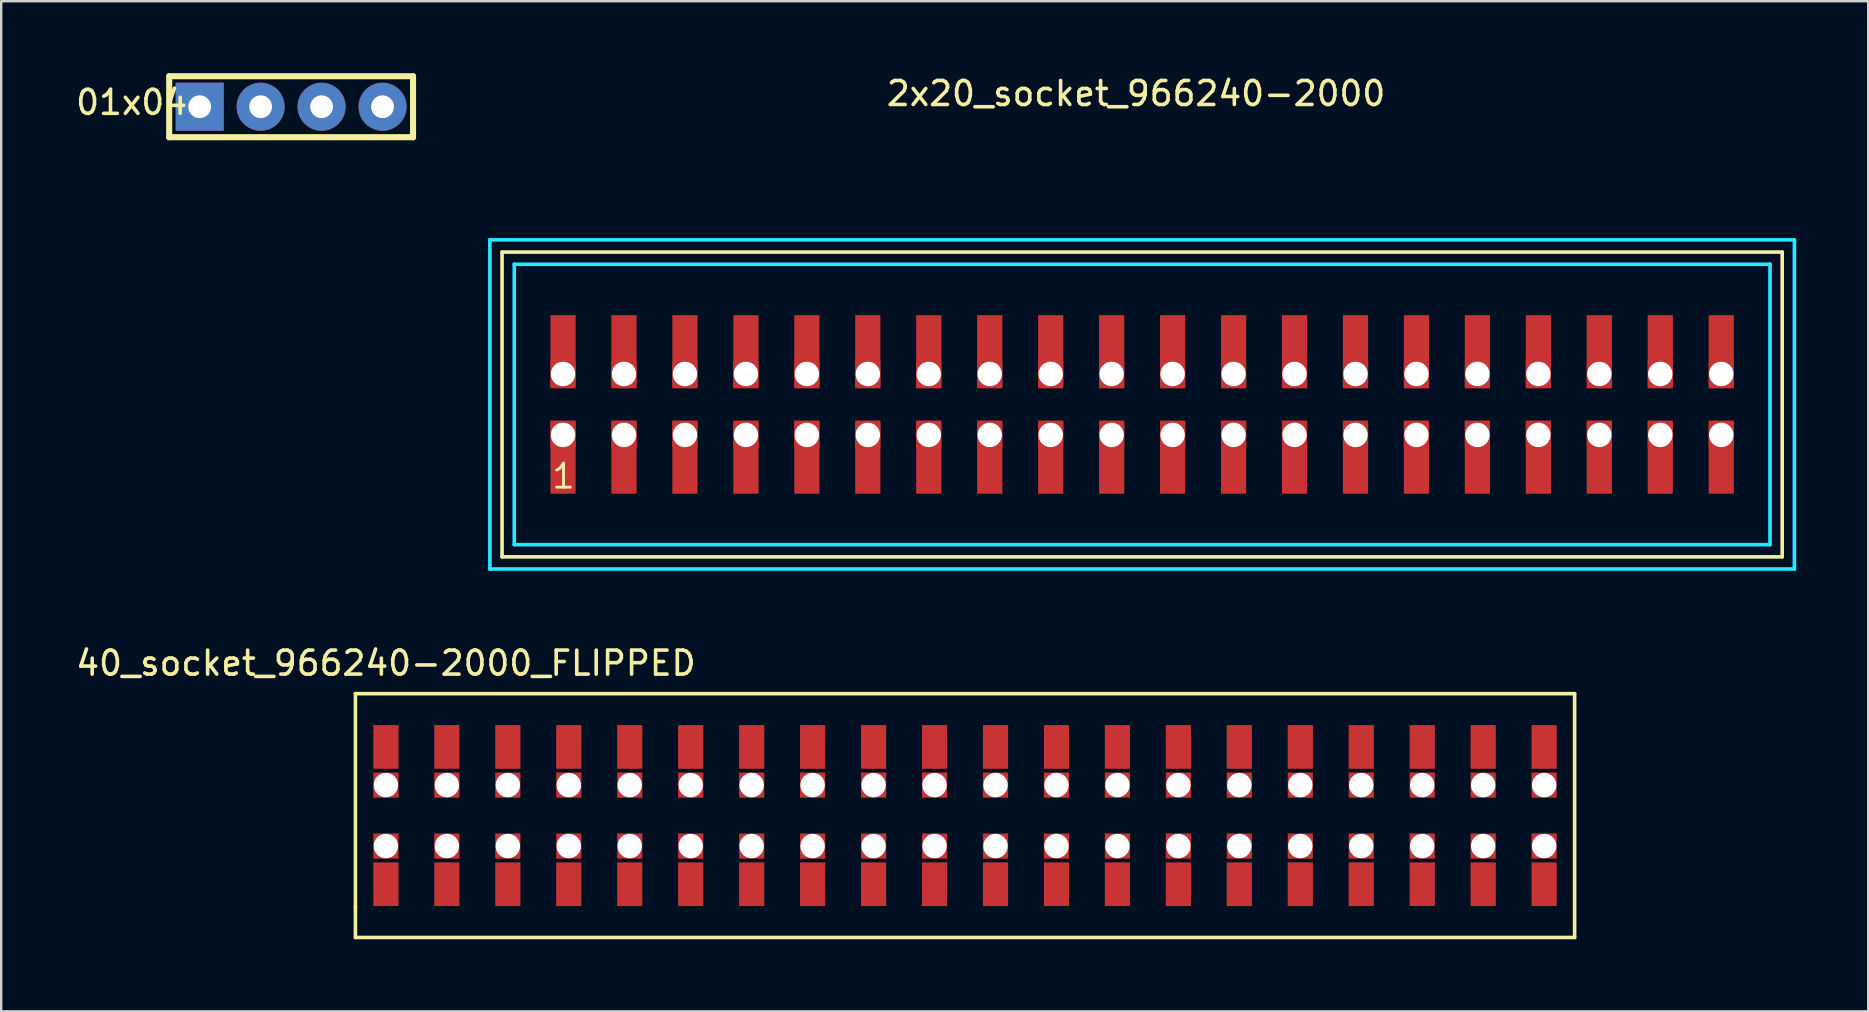
<source format=kicad_pcb>
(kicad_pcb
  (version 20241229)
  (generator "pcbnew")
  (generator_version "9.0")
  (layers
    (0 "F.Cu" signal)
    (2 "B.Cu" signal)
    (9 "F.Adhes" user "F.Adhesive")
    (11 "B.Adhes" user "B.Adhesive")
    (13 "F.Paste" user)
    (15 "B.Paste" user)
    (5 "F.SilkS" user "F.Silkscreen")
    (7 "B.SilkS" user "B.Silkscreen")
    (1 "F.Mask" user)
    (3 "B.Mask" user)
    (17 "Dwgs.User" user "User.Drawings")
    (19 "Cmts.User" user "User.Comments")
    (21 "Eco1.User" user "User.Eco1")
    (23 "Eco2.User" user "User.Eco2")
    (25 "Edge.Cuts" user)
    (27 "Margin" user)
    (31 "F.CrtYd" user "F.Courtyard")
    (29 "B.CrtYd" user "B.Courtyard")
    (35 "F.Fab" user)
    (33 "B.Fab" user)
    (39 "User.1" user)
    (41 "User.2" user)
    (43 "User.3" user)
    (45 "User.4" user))
  (footprint "40_socket_966240-2000_FLIPPED"
    (layer "F.Cu")
    (at 13.03 29.663)
    (property "Reference" "40_socket_966240-2000_FLIPPED" (at 0 -5.08 0) (layer "F.SilkS") (effects (font (size 1 1) (thickness 0.15))))
    (attr through_hole)
    (fp_line (start -1.27 -3.81) (end 49.53 -3.81) (stroke (width 0.15) (type solid)) (layer "F.SilkS"))
    (fp_line (start -1.27 5.08) (end -1.27 -3.81) (stroke (width 0.15) (type solid)) (layer "F.SilkS"))
    (fp_line (start -1.27 6.35) (end -1.27 5.08) (stroke (width 0.15) (type solid)) (layer "F.SilkS"))
    (fp_line (start 49.53 -3.81) (end 49.53 6.35) (stroke (width 0.15) (type solid)) (layer "F.SilkS"))
    (fp_line (start 49.53 6.35) (end -1.27 6.35) (stroke (width 0.15) (type solid)) (layer "F.SilkS"))
    (pad "" np_thru_hole rect (at 0 0) (size 1.05 1.05) (drill 1.02) (layers "*.Mask" "F.Cu"))
    (pad "" np_thru_hole rect (at 0 2.54) (size 1.05 1.05) (drill 1.02) (layers "*.Mask" "F.Cu"))
    (pad "" np_thru_hole rect (at 2.54 0) (size 1.05 1.05) (drill 1.02) (layers "*.Mask" "F.Cu"))
    (pad "" np_thru_hole rect (at 2.54 2.54) (size 1.05 1.05) (drill 1.02) (layers "*.Mask" "F.Cu"))
    (pad "" np_thru_hole rect (at 5.08 0) (size 1.05 1.05) (drill 1.02) (layers "*.Mask" "F.Cu"))
    (pad "" np_thru_hole rect (at 5.08 2.54) (size 1.05 1.05) (drill 1.02) (layers "*.Mask" "F.Cu"))
    (pad "" np_thru_hole rect (at 7.62 0) (size 1.05 1.05) (drill 1.02) (layers "*.Mask" "F.Cu"))
    (pad "" np_thru_hole rect (at 7.62 2.54) (size 1.05 1.05) (drill 1.02) (layers "*.Mask" "F.Cu"))
    (pad "" np_thru_hole rect (at 10.16 0) (size 1.05 1.05) (drill 1.02) (layers "*.Mask" "F.Cu"))
    (pad "" np_thru_hole rect (at 10.16 2.54) (size 1.05 1.05) (drill 1.02) (layers "*.Mask" "F.Cu"))
    (pad "" np_thru_hole rect (at 12.7 0) (size 1.05 1.05) (drill 1.02) (layers "*.Mask" "F.Cu"))
    (pad "" np_thru_hole rect (at 12.7 2.54) (size 1.05 1.05) (drill 1.02) (layers "*.Mask" "F.Cu"))
    (pad "" np_thru_hole rect (at 15.24 0) (size 1.05 1.05) (drill 1.02) (layers "*.Mask" "F.Cu"))
    (pad "" np_thru_hole rect (at 15.24 2.54) (size 1.05 1.05) (drill 1.02) (layers "*.Mask" "F.Cu"))
    (pad "" np_thru_hole rect (at 17.78 0) (size 1.05 1.05) (drill 1.02) (layers "*.Mask" "F.Cu"))
    (pad "" np_thru_hole rect (at 17.78 2.54) (size 1.05 1.05) (drill 1.02) (layers "*.Mask" "F.Cu"))
    (pad "" np_thru_hole rect (at 20.32 0) (size 1.05 1.05) (drill 1.02) (layers "*.Mask" "F.Cu"))
    (pad "" np_thru_hole rect (at 20.32 2.54) (size 1.05 1.05) (drill 1.02) (layers "*.Mask" "F.Cu"))
    (pad "" np_thru_hole rect (at 22.86 0) (size 1.05 1.05) (drill 1.02) (layers "*.Mask" "F.Cu"))
    (pad "" np_thru_hole rect (at 22.86 2.54) (size 1.05 1.05) (drill 1.02) (layers "*.Mask" "F.Cu"))
    (pad "" np_thru_hole rect (at 25.4 0) (size 1.05 1.05) (drill 1.02) (layers "*.Mask" "F.Cu"))
    (pad "" np_thru_hole rect (at 25.4 2.54) (size 1.05 1.05) (drill 1.02) (layers "*.Mask" "F.Cu"))
    (pad "" np_thru_hole rect (at 27.94 0) (size 1.05 1.05) (drill 1.02) (layers "*.Mask" "F.Cu"))
    (pad "" np_thru_hole rect (at 27.94 2.54) (size 1.05 1.05) (drill 1.02) (layers "*.Mask" "F.Cu"))
    (pad "" np_thru_hole rect (at 30.48 0) (size 1.05 1.05) (drill 1.02) (layers "*.Mask" "F.Cu"))
    (pad "" np_thru_hole rect (at 30.48 2.54) (size 1.05 1.05) (drill 1.02) (layers "*.Mask" "F.Cu"))
    (pad "" np_thru_hole rect (at 33.02 0) (size 1.05 1.05) (drill 1.02) (layers "*.Mask" "F.Cu"))
    (pad "" np_thru_hole rect (at 33.02 2.54) (size 1.05 1.05) (drill 1.02) (layers "*.Mask" "F.Cu"))
    (pad "" np_thru_hole rect (at 35.56 0) (size 1.05 1.05) (drill 1.02) (layers "*.Mask" "F.Cu"))
    (pad "" np_thru_hole rect (at 35.56 2.54) (size 1.05 1.05) (drill 1.02) (layers "*.Mask" "F.Cu"))
    (pad "" np_thru_hole rect (at 38.1 0) (size 1.05 1.05) (drill 1.02) (layers "*.Mask" "F.Cu"))
    (pad "" np_thru_hole rect (at 38.1 2.54) (size 1.05 1.05) (drill 1.02) (layers "*.Mask" "F.Cu"))
    (pad "" np_thru_hole rect (at 40.64 0) (size 1.05 1.05) (drill 1.02) (layers "*.Mask" "F.Cu"))
    (pad "" np_thru_hole rect (at 40.64 2.54) (size 1.05 1.05) (drill 1.02) (layers "*.Mask" "F.Cu"))
    (pad "" np_thru_hole rect (at 43.18 0) (size 1.05 1.05) (drill 1.02) (layers "*.Mask" "F.Cu"))
    (pad "" np_thru_hole rect (at 43.18 2.54) (size 1.05 1.05) (drill 1.02) (layers "*.Mask" "F.Cu"))
    (pad "" np_thru_hole rect (at 45.72 0) (size 1.05 1.05) (drill 1.02) (layers "*.Mask" "F.Cu"))
    (pad "" np_thru_hole rect (at 45.72 2.54) (size 1.05 1.05) (drill 1.02) (layers "*.Mask" "F.Cu"))
    (pad "" np_thru_hole rect (at 48.26 0) (size 1.05 1.05) (drill 1.02) (layers "*.Mask" "F.Cu"))
    (pad "" np_thru_hole rect (at 48.26 2.54) (size 1.05 1.05) (drill 1.02) (layers "*.Mask" "F.Cu"))
    (pad "1" smd rect (at 0 -1.59) (size 1.05 1.82) (layers "F.Cu" "F.Mask" "F.Paste"))
    (pad "2" smd rect (at 0 4.13) (size 1.05 1.82) (layers "F.Cu" "F.Mask" "F.Paste"))
    (pad "3" smd rect (at 2.54 -1.59) (size 1.05 1.82) (layers "F.Cu" "F.Mask" "F.Paste"))
    (pad "4" smd rect (at 2.54 4.13) (size 1.05 1.82) (layers "F.Cu" "F.Mask" "F.Paste"))
    (pad "5" smd rect (at 5.08 -1.59) (size 1.05 1.82) (layers "F.Cu" "F.Mask" "F.Paste"))
    (pad "6" smd rect (at 5.08 4.13) (size 1.05 1.82) (layers "F.Cu" "F.Mask" "F.Paste"))
    (pad "7" smd rect (at 7.62 -1.59) (size 1.05 1.82) (layers "F.Cu" "F.Mask" "F.Paste"))
    (pad "8" smd rect (at 7.62 4.13) (size 1.05 1.82) (layers "F.Cu" "F.Mask" "F.Paste"))
    (pad "9" smd rect (at 10.16 -1.59) (size 1.05 1.82) (layers "F.Cu" "F.Mask" "F.Paste"))
    (pad "10" smd rect (at 10.16 4.13) (size 1.05 1.82) (layers "F.Cu" "F.Mask" "F.Paste"))
    (pad "11" smd rect (at 12.7 -1.59) (size 1.05 1.82) (layers "F.Cu" "F.Mask" "F.Paste"))
    (pad "12" smd rect (at 12.7 4.13) (size 1.05 1.82) (layers "F.Cu" "F.Mask" "F.Paste"))
    (pad "13" smd rect (at 15.24 -1.59) (size 1.05 1.82) (layers "F.Cu" "F.Mask" "F.Paste"))
    (pad "14" smd rect (at 15.24 4.13) (size 1.05 1.82) (layers "F.Cu" "F.Mask" "F.Paste"))
    (pad "15" smd rect (at 17.78 -1.59) (size 1.05 1.82) (layers "F.Cu" "F.Mask" "F.Paste"))
    (pad "16" smd rect (at 17.78 4.13) (size 1.05 1.82) (layers "F.Cu" "F.Mask" "F.Paste"))
    (pad "17" smd rect (at 20.32 -1.59) (size 1.05 1.82) (layers "F.Cu" "F.Mask" "F.Paste"))
    (pad "18" smd rect (at 20.32 4.13) (size 1.05 1.82) (layers "F.Cu" "F.Mask" "F.Paste"))
    (pad "19" smd rect (at 22.86 -1.59) (size 1.05 1.82) (layers "F.Cu" "F.Mask" "F.Paste"))
    (pad "20" smd rect (at 22.86 4.13) (size 1.05 1.82) (layers "F.Cu" "F.Mask" "F.Paste"))
    (pad "21" smd rect (at 25.4 -1.59) (size 1.05 1.82) (layers "F.Cu" "F.Mask" "F.Paste"))
    (pad "22" smd rect (at 25.4 4.13) (size 1.05 1.82) (layers "F.Cu" "F.Mask" "F.Paste"))
    (pad "23" smd rect (at 27.94 -1.59) (size 1.05 1.82) (layers "F.Cu" "F.Mask" "F.Paste"))
    (pad "24" smd rect (at 27.94 4.13) (size 1.05 1.82) (layers "F.Cu" "F.Mask" "F.Paste"))
    (pad "25" smd rect (at 30.48 -1.59) (size 1.05 1.82) (layers "F.Cu" "F.Mask" "F.Paste"))
    (pad "26" smd rect (at 30.48 4.13) (size 1.05 1.82) (layers "F.Cu" "F.Mask" "F.Paste"))
    (pad "27" smd rect (at 33.02 -1.59) (size 1.05 1.82) (layers "F.Cu" "F.Mask" "F.Paste"))
    (pad "28" smd rect (at 33.02 4.13) (size 1.05 1.82) (layers "F.Cu" "F.Mask" "F.Paste"))
    (pad "29" smd rect (at 35.56 -1.59) (size 1.05 1.82) (layers "F.Cu" "F.Mask" "F.Paste"))
    (pad "30" smd rect (at 35.56 4.13) (size 1.05 1.82) (layers "F.Cu" "F.Mask" "F.Paste"))
    (pad "31" smd rect (at 38.1 -1.59) (size 1.05 1.82) (layers "F.Cu" "F.Mask" "F.Paste"))
    (pad "32" smd rect (at 38.1 4.13) (size 1.05 1.82) (layers "F.Cu" "F.Mask" "F.Paste"))
    (pad "33" smd rect (at 40.64 -1.59) (size 1.05 1.82) (layers "F.Cu" "F.Mask" "F.Paste"))
    (pad "34" smd rect (at 40.64 4.13) (size 1.05 1.82) (layers "F.Cu" "F.Mask" "F.Paste"))
    (pad "35" smd rect (at 43.18 -1.59) (size 1.05 1.82) (layers "F.Cu" "F.Mask" "F.Paste"))
    (pad "36" smd rect (at 43.18 4.13) (size 1.05 1.82) (layers "F.Cu" "F.Mask" "F.Paste"))
    (pad "37" smd rect (at 45.72 -1.59) (size 1.05 1.82) (layers "F.Cu" "F.Mask" "F.Paste"))
    (pad "38" smd rect (at 45.72 4.13) (size 1.05 1.82) (layers "F.Cu" "F.Mask" "F.Paste"))
    (pad "39" smd rect (at 48.26 -1.59) (size 1.05 1.82) (layers "F.Cu" "F.Mask" "F.Paste"))
    (pad "40" smd rect (at 48.26 4.13) (size 1.05 1.82) (layers "F.Cu" "F.Mask" "F.Paste")))
  (footprint "2x20_socket_966240-2000"
    (layer "F.Cu")
    (at 20.41 15.072)
    (property "Reference" "2x20_socket_966240-2000" (at 23.876 -14.224 0) (layer "F.SilkS") (effects (font (size 1 1) (thickness 0.15))))
    (attr through_hole)
    (fp_line (start -2.54 -7.62) (end 50.8 -7.62) (stroke (width 0.15) (type solid)) (layer "F.SilkS"))
    (fp_line (start -2.54 5.08) (end -2.54 -7.62) (stroke (width 0.15) (type solid)) (layer "F.SilkS"))
    (fp_line (start 50.8 -7.62) (end 50.8 5.08) (stroke (width 0.15) (type solid)) (layer "F.SilkS"))
    (fp_line (start 50.8 5.08) (end -2.54 5.08) (stroke (width 0.15) (type solid)) (layer "F.SilkS"))
    (fp_line (start -3.048 -8.128) (end 51.308 -8.128) (stroke (width 0.15) (type solid)) (layer "B.CrtYd"))
    (fp_line (start -3.048 5.588) (end -3.048 -8.128) (stroke (width 0.15) (type solid)) (layer "B.CrtYd"))
    (fp_line (start -2.032 -7.112) (end 50.292 -7.112) (stroke (width 0.15) (type solid)) (layer "B.CrtYd"))
    (fp_line (start -2.032 4.572) (end -2.032 -7.112) (stroke (width 0.15) (type solid)) (layer "B.CrtYd"))
    (fp_line (start 50.292 -7.112) (end 50.292 4.572) (stroke (width 0.15) (type solid)) (layer "B.CrtYd"))
    (fp_line (start 50.292 4.572) (end -2.032 4.572) (stroke (width 0.15) (type solid)) (layer "B.CrtYd"))
    (fp_line (start 51.308 -8.128) (end 51.308 5.588) (stroke (width 0.15) (type solid)) (layer "B.CrtYd"))
    (fp_line (start 51.308 5.588) (end -3.048 5.588) (stroke (width 0.15) (type solid)) (layer "B.CrtYd"))
    (fp_text user "1" (at 0.02 1.72 0) (layer "F.SilkS") (effects (font (size 1 1) (thickness 0.12))))
    (pad "" np_thru_hole rect (at 0 -2.54) (size 1.05 1.05) (drill 1.02) (layers "*.Mask" "F.Cu"))
    (pad "" np_thru_hole rect (at 0 0) (size 1.05 1.05) (drill 1.02) (layers "*.Mask" "F.Cu"))
    (pad "" np_thru_hole rect (at 2.54 -2.54) (size 1.05 1.05) (drill 1.02) (layers "*.Mask" "F.Cu"))
    (pad "" np_thru_hole rect (at 2.54 0) (size 1.05 1.05) (drill 1.02) (layers "*.Mask" "F.Cu"))
    (pad "" np_thru_hole rect (at 5.08 -2.54) (size 1.05 1.05) (drill 1.02) (layers "*.Mask" "F.Cu"))
    (pad "" np_thru_hole rect (at 5.08 0) (size 1.05 1.05) (drill 1.02) (layers "*.Mask" "F.Cu"))
    (pad "" np_thru_hole rect (at 7.62 -2.54) (size 1.05 1.05) (drill 1.02) (layers "*.Mask" "F.Cu"))
    (pad "" np_thru_hole rect (at 7.62 0) (size 1.05 1.05) (drill 1.02) (layers "*.Mask" "F.Cu"))
    (pad "" np_thru_hole rect (at 10.16 -2.54) (size 1.05 1.05) (drill 1.02) (layers "*.Mask" "F.Cu"))
    (pad "" np_thru_hole rect (at 10.16 0) (size 1.05 1.05) (drill 1.02) (layers "*.Mask" "F.Cu"))
    (pad "" np_thru_hole rect (at 12.7 -2.54) (size 1.05 1.05) (drill 1.02) (layers "*.Mask" "F.Cu"))
    (pad "" np_thru_hole rect (at 12.7 0) (size 1.05 1.05) (drill 1.02) (layers "*.Mask" "F.Cu"))
    (pad "" np_thru_hole rect (at 15.24 -2.54) (size 1.05 1.05) (drill 1.02) (layers "*.Mask" "F.Cu"))
    (pad "" np_thru_hole rect (at 15.24 0) (size 1.05 1.05) (drill 1.02) (layers "*.Mask" "F.Cu"))
    (pad "" np_thru_hole rect (at 17.78 -2.54) (size 1.05 1.05) (drill 1.02) (layers "*.Mask" "F.Cu"))
    (pad "" np_thru_hole rect (at 17.78 0) (size 1.05 1.05) (drill 1.02) (layers "*.Mask" "F.Cu"))
    (pad "" np_thru_hole rect (at 20.32 -2.54) (size 1.05 1.05) (drill 1.02) (layers "*.Mask" "F.Cu"))
    (pad "" np_thru_hole rect (at 20.32 0) (size 1.05 1.05) (drill 1.02) (layers "*.Mask" "F.Cu"))
    (pad "" np_thru_hole rect (at 22.86 -2.54) (size 1.05 1.05) (drill 1.02) (layers "*.Mask" "F.Cu"))
    (pad "" np_thru_hole rect (at 22.86 0) (size 1.05 1.05) (drill 1.02) (layers "*.Mask" "F.Cu"))
    (pad "" np_thru_hole rect (at 25.4 -2.54) (size 1.05 1.05) (drill 1.02) (layers "*.Mask" "F.Cu"))
    (pad "" np_thru_hole rect (at 25.4 0) (size 1.05 1.05) (drill 1.02) (layers "*.Mask" "F.Cu"))
    (pad "" np_thru_hole rect (at 27.94 -2.54) (size 1.05 1.05) (drill 1.02) (layers "*.Mask" "F.Cu"))
    (pad "" np_thru_hole rect (at 27.94 0) (size 1.05 1.05) (drill 1.02) (layers "*.Mask" "F.Cu"))
    (pad "" np_thru_hole rect (at 30.48 -2.54) (size 1.05 1.05) (drill 1.02) (layers "*.Mask" "F.Cu"))
    (pad "" np_thru_hole rect (at 30.48 0) (size 1.05 1.05) (drill 1.02) (layers "*.Mask" "F.Cu"))
    (pad "" np_thru_hole rect (at 33.02 -2.54) (size 1.05 1.05) (drill 1.02) (layers "*.Mask" "F.Cu"))
    (pad "" np_thru_hole rect (at 33.02 0) (size 1.05 1.05) (drill 1.02) (layers "*.Mask" "F.Cu"))
    (pad "" np_thru_hole rect (at 35.56 -2.54) (size 1.05 1.05) (drill 1.02) (layers "*.Mask" "F.Cu"))
    (pad "" np_thru_hole rect (at 35.56 0) (size 1.05 1.05) (drill 1.02) (layers "*.Mask" "F.Cu"))
    (pad "" np_thru_hole rect (at 38.1 -2.54) (size 1.05 1.05) (drill 1.02) (layers "*.Mask" "F.Cu"))
    (pad "" np_thru_hole rect (at 38.1 0) (size 1.05 1.05) (drill 1.02) (layers "*.Mask" "F.Cu"))
    (pad "" np_thru_hole rect (at 40.64 -2.54) (size 1.05 1.05) (drill 1.02) (layers "*.Mask" "F.Cu"))
    (pad "" np_thru_hole rect (at 40.64 0) (size 1.05 1.05) (drill 1.02) (layers "*.Mask" "F.Cu"))
    (pad "" np_thru_hole rect (at 43.18 -2.54) (size 1.05 1.05) (drill 1.02) (layers "*.Mask" "F.Cu"))
    (pad "" np_thru_hole rect (at 43.18 0) (size 1.05 1.05) (drill 1.02) (layers "*.Mask" "F.Cu"))
    (pad "" np_thru_hole rect (at 45.72 -2.54) (size 1.05 1.05) (drill 1.02) (layers "*.Mask" "F.Cu"))
    (pad "" np_thru_hole rect (at 45.72 0) (size 1.05 1.05) (drill 1.02) (layers "*.Mask" "F.Cu"))
    (pad "" np_thru_hole rect (at 48.26 -2.54) (size 1.05 1.05) (drill 1.02) (layers "*.Mask" "F.Cu"))
    (pad "" np_thru_hole rect (at 48.26 0) (size 1.05 1.05) (drill 1.02) (layers "*.Mask" "F.Cu"))
    (pad "1" smd rect (at 0 0) (size 1.05 3.05) (drill (offset 0 0.925)) (layers "F.Cu" "F.Mask" "F.Paste"))
    (pad "2" smd rect (at 0 -4.39) (size 1.05 3.05) (drill (offset 0 0.925)) (layers "F.Cu" "F.Mask" "F.Paste"))
    (pad "3" smd rect (at 2.54 0) (size 1.05 3.05) (drill (offset 0 0.925)) (layers "F.Cu" "F.Mask" "F.Paste"))
    (pad "4" smd rect (at 2.54 -4.39) (size 1.05 3.05) (drill (offset 0 0.925)) (layers "F.Cu" "F.Mask" "F.Paste"))
    (pad "5" smd rect (at 5.08 0) (size 1.05 3.05) (drill (offset 0 0.925)) (layers "F.Cu" "F.Mask" "F.Paste"))
    (pad "6" smd rect (at 5.08 -4.39) (size 1.05 3.05) (drill (offset 0 0.925)) (layers "F.Cu" "F.Mask" "F.Paste"))
    (pad "7" smd rect (at 7.62 0) (size 1.05 3.05) (drill (offset 0 0.925)) (layers "F.Cu" "F.Mask" "F.Paste"))
    (pad "8" smd rect (at 7.62 -4.39) (size 1.05 3.05) (drill (offset 0 0.925)) (layers "F.Cu" "F.Mask" "F.Paste"))
    (pad "9" smd rect (at 10.16 0) (size 1.05 3.05) (drill (offset 0 0.925)) (layers "F.Cu" "F.Mask" "F.Paste"))
    (pad "10" smd rect (at 10.16 -4.39) (size 1.05 3.05) (drill (offset 0 0.925)) (layers "F.Cu" "F.Mask" "F.Paste"))
    (pad "11" smd rect (at 12.7 0) (size 1.05 3.05) (drill (offset 0 0.925)) (layers "F.Cu" "F.Mask" "F.Paste"))
    (pad "12" smd rect (at 12.7 -4.39) (size 1.05 3.05) (drill (offset 0 0.925)) (layers "F.Cu" "F.Mask" "F.Paste"))
    (pad "13" smd rect (at 15.24 0) (size 1.05 3.05) (drill (offset 0 0.925)) (layers "F.Cu" "F.Mask" "F.Paste"))
    (pad "14" smd rect (at 15.24 -4.39) (size 1.05 3.05) (drill (offset 0 0.925)) (layers "F.Cu" "F.Mask" "F.Paste"))
    (pad "15" smd rect (at 17.78 0) (size 1.05 3.05) (drill (offset 0 0.925)) (layers "F.Cu" "F.Mask" "F.Paste"))
    (pad "16" smd rect (at 17.78 -4.39) (size 1.05 3.05) (drill (offset 0 0.925)) (layers "F.Cu" "F.Mask" "F.Paste"))
    (pad "17" smd rect (at 20.32 0) (size 1.05 3.05) (drill (offset 0 0.925)) (layers "F.Cu" "F.Mask" "F.Paste"))
    (pad "18" smd rect (at 20.32 -4.39) (size 1.05 3.05) (drill (offset 0 0.925)) (layers "F.Cu" "F.Mask" "F.Paste"))
    (pad "19" smd rect (at 22.86 0) (size 1.05 3.05) (drill (offset 0 0.925)) (layers "F.Cu" "F.Mask" "F.Paste"))
    (pad "20" smd rect (at 22.86 -4.39) (size 1.05 3.05) (drill (offset 0 0.925)) (layers "F.Cu" "F.Mask" "F.Paste"))
    (pad "21" smd rect (at 25.4 0) (size 1.05 3.05) (drill (offset 0 0.925)) (layers "F.Cu" "F.Mask" "F.Paste"))
    (pad "22" smd rect (at 25.4 -4.39) (size 1.05 3.05) (drill (offset 0 0.925)) (layers "F.Cu" "F.Mask" "F.Paste"))
    (pad "23" smd rect (at 27.94 0) (size 1.05 3.05) (drill (offset 0 0.925)) (layers "F.Cu" "F.Mask" "F.Paste"))
    (pad "24" smd rect (at 27.94 -4.39) (size 1.05 3.05) (drill (offset 0 0.925)) (layers "F.Cu" "F.Mask" "F.Paste"))
    (pad "25" smd rect (at 30.48 0) (size 1.05 3.05) (drill (offset 0 0.925)) (layers "F.Cu" "F.Mask" "F.Paste"))
    (pad "26" smd rect (at 30.48 -4.39) (size 1.05 3.05) (drill (offset 0 0.925)) (layers "F.Cu" "F.Mask" "F.Paste"))
    (pad "27" smd rect (at 33.02 0) (size 1.05 3.05) (drill (offset 0 0.925)) (layers "F.Cu" "F.Mask" "F.Paste"))
    (pad "28" smd rect (at 33.02 -4.39) (size 1.05 3.05) (drill (offset 0 0.925)) (layers "F.Cu" "F.Mask" "F.Paste"))
    (pad "29" smd rect (at 35.56 0) (size 1.05 3.05) (drill (offset 0 0.925)) (layers "F.Cu" "F.Mask" "F.Paste"))
    (pad "30" smd rect (at 35.56 -4.39) (size 1.05 3.05) (drill (offset 0 0.925)) (layers "F.Cu" "F.Mask" "F.Paste"))
    (pad "31" smd rect (at 38.1 0) (size 1.05 3.05) (drill (offset 0 0.925)) (layers "F.Cu" "F.Mask" "F.Paste"))
    (pad "32" smd rect (at 38.1 -4.39) (size 1.05 3.05) (drill (offset 0 0.925)) (layers "F.Cu" "F.Mask" "F.Paste"))
    (pad "33" smd rect (at 40.64 0) (size 1.05 3.05) (drill (offset 0 0.925)) (layers "F.Cu" "F.Mask" "F.Paste"))
    (pad "34" smd rect (at 40.64 -4.39) (size 1.05 3.05) (drill (offset 0 0.925)) (layers "F.Cu" "F.Mask" "F.Paste"))
    (pad "35" smd rect (at 43.18 0) (size 1.05 3.05) (drill (offset 0 0.925)) (layers "F.Cu" "F.Mask" "F.Paste"))
    (pad "36" smd rect (at 43.18 -4.39) (size 1.05 3.05) (drill (offset 0 0.925)) (layers "F.Cu" "F.Mask" "F.Paste"))
    (pad "37" smd rect (at 45.72 0) (size 1.05 3.05) (drill (offset 0 0.925)) (layers "F.Cu" "F.Mask" "F.Paste"))
    (pad "38" smd rect (at 45.72 -4.39) (size 1.05 3.05) (drill (offset 0 0.925)) (layers "F.Cu" "F.Mask" "F.Paste"))
    (pad "39" smd rect (at 48.26 0) (size 1.05 3.05) (drill (offset 0 0.925)) (layers "F.Cu" "F.Mask" "F.Paste"))
    (pad "40" smd rect (at 48.26 -4.39) (size 1.05 3.05) (drill (offset 0 0.925)) (layers "F.Cu" "F.Mask" "F.Paste")))
  (footprint "01x04"
    (layer "F.Cu")
    (at 9.08 1.397)
    (property "Reference" "01x04" (at -6.645 -0.18 0) (layer "F.SilkS") (effects (font (size 1 1) (thickness 0.15))))
    (attr through_hole)
    (fp_line (start -5.08 -1.27) (end -5.08 1.27) (stroke (width 0.254) (type solid)) (layer "F.SilkS"))
    (fp_line (start -5.08 1.27) (end 5.08 1.27) (stroke (width 0.254) (type solid)) (layer "F.SilkS"))
    (fp_line (start 5.08 -1.27) (end -5.08 -1.27) (stroke (width 0.254) (type solid)) (layer "F.SilkS"))
    (fp_line (start 5.08 1.27) (end 5.08 -1.27) (stroke (width 0.254) (type solid)) (layer "F.SilkS"))
    (pad "1" thru_hole rect (at -3.81 0) (size 2 2) (drill 0.95) (layers "*.Cu" "*.Mask"))
    (pad "2" thru_hole circle (at -1.27 0) (size 2 2) (drill 0.95) (layers "*.Cu" "*.Mask"))
    (pad "3" thru_hole circle (at 1.27 0) (size 2 2) (drill 0.95) (layers "*.Cu" "*.Mask"))
    (pad "4" thru_hole circle (at 3.81 0) (size 2 2) (drill 0.95) (layers "*.Cu" "*.Mask")))
  (gr_rect
    (start -3 -3)
    (end 74.793 39.089)
    (stroke (width 0.1) (type default))
    (fill no)
    (layer "Edge.Cuts")))
</source>
